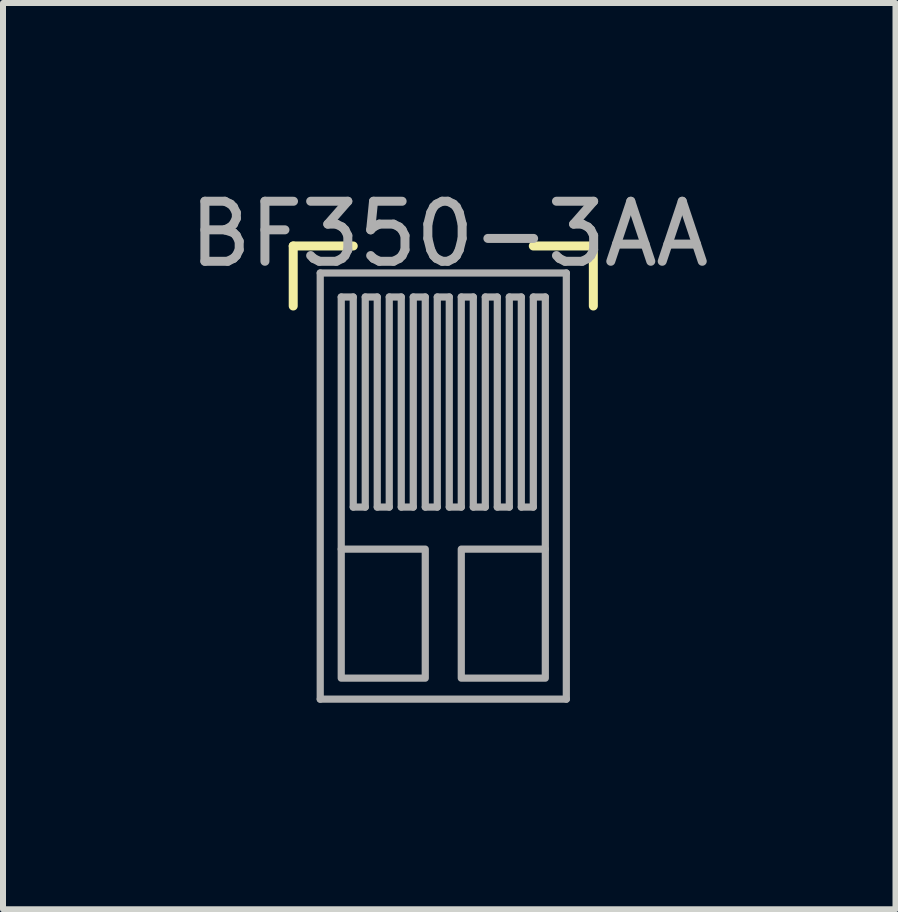
<source format=kicad_pcb>
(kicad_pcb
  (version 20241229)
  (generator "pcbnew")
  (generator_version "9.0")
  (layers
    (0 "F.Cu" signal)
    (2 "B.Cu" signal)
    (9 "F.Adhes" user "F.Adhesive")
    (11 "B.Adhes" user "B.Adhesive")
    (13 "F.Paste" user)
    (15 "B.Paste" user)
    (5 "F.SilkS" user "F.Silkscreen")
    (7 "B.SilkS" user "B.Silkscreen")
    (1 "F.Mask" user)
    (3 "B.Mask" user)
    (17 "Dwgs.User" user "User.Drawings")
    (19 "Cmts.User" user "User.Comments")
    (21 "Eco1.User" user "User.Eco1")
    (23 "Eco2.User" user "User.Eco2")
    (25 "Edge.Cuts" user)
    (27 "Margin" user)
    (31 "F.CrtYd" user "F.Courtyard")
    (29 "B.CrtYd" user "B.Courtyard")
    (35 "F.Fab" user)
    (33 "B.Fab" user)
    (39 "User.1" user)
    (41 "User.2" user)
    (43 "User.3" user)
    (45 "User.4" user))
  (footprint "BF350-3AA"
    (layer "F.Cu")
    (at 4.335 5.048)
    (property "Reference" "BF350-3AA" (at 0.1 -4.2 180) (layer "F.Fab") (effects (font (size 1 1) (thickness 0.15))))
    (attr exclude_from_pos_files exclude_from_bom)
    (fp_poly (pts (xy 2.5 -4) (xy 2.5 4) (xy -2.5 4) (xy -2.5 -4)) (stroke (width 0.1) (type solid)) (fill yes) (layer "F.Mask"))
    (fp_line (start -2.5 -4) (end -2.5 -3) (stroke (width 0.15) (type solid)) (layer "F.SilkS"))
    (fp_line (start -2.5 -4) (end -1.5 -4) (stroke (width 0.15) (type solid)) (layer "F.SilkS"))
    (fp_line (start 2.5 -4) (end 1.5 -4) (stroke (width 0.15) (type solid)) (layer "F.SilkS"))
    (fp_line (start 2.5 -4) (end 2.5 -3) (stroke (width 0.15) (type solid)) (layer "F.SilkS"))
    (fp_line (start -2.05 -3.55) (end 2.05 -3.55) (stroke (width 0.12) (type solid)) (layer "F.Fab"))
    (fp_line (start -2.05 3.55) (end -2.05 -3.55) (stroke (width 0.12) (type solid)) (layer "F.Fab"))
    (fp_line (start -1.7 -3.15) (end -1.5 -3.15) (stroke (width 0.12) (type solid)) (layer "F.Fab"))
    (fp_line (start -1.7 1.05) (end -1.7 -3.15) (stroke (width 0.12) (type solid)) (layer "F.Fab"))
    (fp_line (start -1.5 -3.15) (end -1.5 0.35) (stroke (width 0.12) (type solid)) (layer "F.Fab"))
    (fp_line (start -1.5 0.35) (end -1.3 0.35) (stroke (width 0.12) (type solid)) (layer "F.Fab"))
    (fp_line (start -1.3 -3.15) (end -1.1 -3.15) (stroke (width 0.12) (type solid)) (layer "F.Fab"))
    (fp_line (start -1.3 0.35) (end -1.3 -3.15) (stroke (width 0.12) (type solid)) (layer "F.Fab"))
    (fp_line (start -1.1 -3.15) (end -1.1 0.35) (stroke (width 0.12) (type solid)) (layer "F.Fab"))
    (fp_line (start -1.1 0.35) (end -0.9 0.35) (stroke (width 0.12) (type solid)) (layer "F.Fab"))
    (fp_line (start -0.9 -3.15) (end -0.7 -3.15) (stroke (width 0.12) (type solid)) (layer "F.Fab"))
    (fp_line (start -0.9 0.35) (end -0.9 -3.15) (stroke (width 0.12) (type solid)) (layer "F.Fab"))
    (fp_line (start -0.7 -3.15) (end -0.7 0.35) (stroke (width 0.12) (type solid)) (layer "F.Fab"))
    (fp_line (start -0.7 0.35) (end -0.5 0.35) (stroke (width 0.12) (type solid)) (layer "F.Fab"))
    (fp_line (start -0.5 -3.15) (end -0.3 -3.15) (stroke (width 0.12) (type solid)) (layer "F.Fab"))
    (fp_line (start -0.5 0.35) (end -0.5 -3.15) (stroke (width 0.12) (type solid)) (layer "F.Fab"))
    (fp_line (start -0.3 -3.15) (end -0.3 0.35) (stroke (width 0.12) (type solid)) (layer "F.Fab"))
    (fp_line (start -0.3 0.35) (end -0.1 0.35) (stroke (width 0.12) (type solid)) (layer "F.Fab"))
    (fp_line (start -0.1 -3.15) (end 0.1 -3.15) (stroke (width 0.12) (type solid)) (layer "F.Fab"))
    (fp_line (start -0.1 0.35) (end -0.1 -3.15) (stroke (width 0.12) (type solid)) (layer "F.Fab"))
    (fp_line (start 0.1 -3.15) (end 0.1 0.35) (stroke (width 0.12) (type solid)) (layer "F.Fab"))
    (fp_line (start 0.1 0.35) (end 0.3 0.35) (stroke (width 0.12) (type solid)) (layer "F.Fab"))
    (fp_line (start 0.3 -3.15) (end 0.5 -3.15) (stroke (width 0.12) (type solid)) (layer "F.Fab"))
    (fp_line (start 0.3 0.35) (end 0.3 -3.15) (stroke (width 0.12) (type solid)) (layer "F.Fab"))
    (fp_line (start 0.5 -3.15) (end 0.5 0.35) (stroke (width 0.12) (type solid)) (layer "F.Fab"))
    (fp_line (start 0.5 0.35) (end 0.7 0.35) (stroke (width 0.12) (type solid)) (layer "F.Fab"))
    (fp_line (start 0.7 -3.15) (end 0.9 -3.15) (stroke (width 0.12) (type solid)) (layer "F.Fab"))
    (fp_line (start 0.7 0.35) (end 0.7 -3.15) (stroke (width 0.12) (type solid)) (layer "F.Fab"))
    (fp_line (start 0.9 -3.15) (end 0.9 0.35) (stroke (width 0.12) (type solid)) (layer "F.Fab"))
    (fp_line (start 0.9 0.35) (end 1.1 0.35) (stroke (width 0.12) (type solid)) (layer "F.Fab"))
    (fp_line (start 1.1 -3.15) (end 1.3 -3.15) (stroke (width 0.12) (type solid)) (layer "F.Fab"))
    (fp_line (start 1.1 0.35) (end 1.1 -3.15) (stroke (width 0.12) (type solid)) (layer "F.Fab"))
    (fp_line (start 1.3 -3.15) (end 1.3 0.35) (stroke (width 0.12) (type solid)) (layer "F.Fab"))
    (fp_line (start 1.3 0.35) (end 1.5 0.35) (stroke (width 0.12) (type solid)) (layer "F.Fab"))
    (fp_line (start 1.5 -3.15) (end 1.7 -3.15) (stroke (width 0.12) (type solid)) (layer "F.Fab"))
    (fp_line (start 1.5 0.35) (end 1.5 -3.15) (stroke (width 0.12) (type solid)) (layer "F.Fab"))
    (fp_line (start 1.7 -3.15) (end 1.7 1.05) (stroke (width 0.12) (type solid)) (layer "F.Fab"))
    (fp_line (start 2.05 -3.55) (end 2.05 3.55) (stroke (width 0.12) (type solid)) (layer "F.Fab"))
    (fp_line (start 2.05 3.55) (end -2.05 3.55) (stroke (width 0.12) (type solid)) (layer "F.Fab"))
    (fp_poly (pts (xy -0.3 3.2) (xy -1.7 3.2) (xy -1.7 1.05) (xy -0.3 1.05)) (stroke (width 0.12) (type solid)) (fill no) (layer "F.Fab"))
    (fp_poly (pts (xy 1.7 3.2) (xy 0.3 3.2) (xy 0.3 1.05) (xy 1.7 1.05)) (stroke (width 0.12) (type solid)) (fill no) (layer "F.Fab")))
  (gr_rect
    (start -3 -3)
    (end 11.869 12.098)
    (stroke (width 0.1) (type default))
    (fill no)
    (layer "Edge.Cuts")))
</source>
